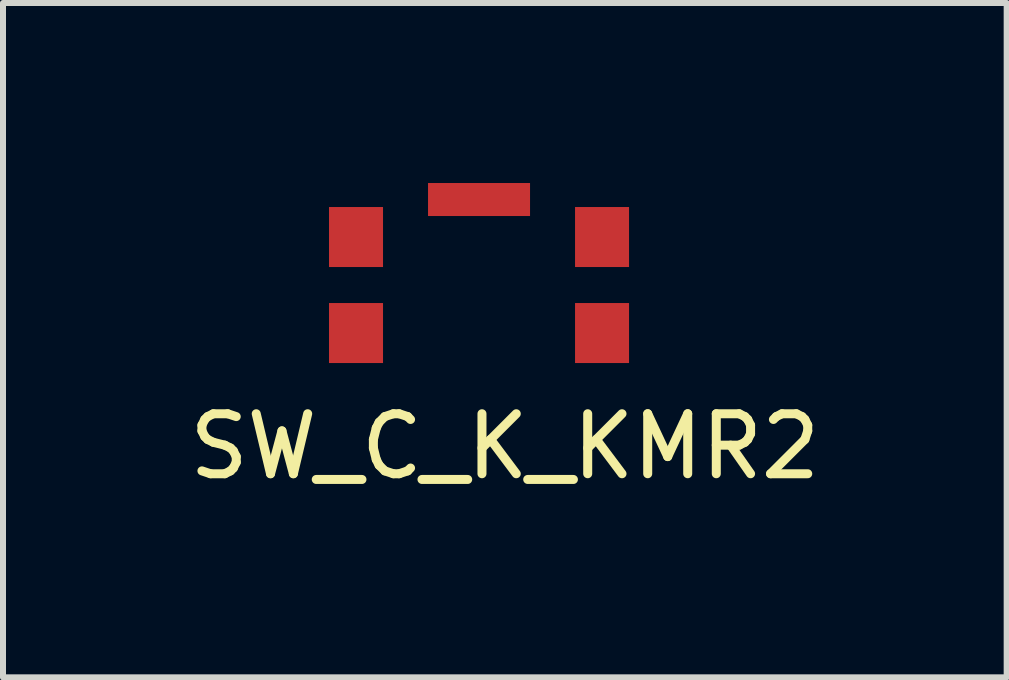
<source format=kicad_pcb>
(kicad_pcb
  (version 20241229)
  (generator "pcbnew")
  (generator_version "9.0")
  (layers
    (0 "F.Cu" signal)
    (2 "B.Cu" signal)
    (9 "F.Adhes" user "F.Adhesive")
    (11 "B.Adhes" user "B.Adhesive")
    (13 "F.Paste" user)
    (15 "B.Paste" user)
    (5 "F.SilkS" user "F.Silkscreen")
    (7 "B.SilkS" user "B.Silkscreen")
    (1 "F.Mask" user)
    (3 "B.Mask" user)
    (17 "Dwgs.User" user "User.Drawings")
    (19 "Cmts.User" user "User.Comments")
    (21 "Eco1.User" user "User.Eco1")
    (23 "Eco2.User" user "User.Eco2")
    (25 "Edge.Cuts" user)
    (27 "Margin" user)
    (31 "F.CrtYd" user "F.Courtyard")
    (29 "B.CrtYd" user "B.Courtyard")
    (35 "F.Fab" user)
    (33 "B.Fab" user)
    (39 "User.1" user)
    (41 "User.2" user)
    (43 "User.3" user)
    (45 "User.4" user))
  (footprint "SW_C_K_KMR2"
    (layer "F.Cu")
    (at 4.933 1.7)
    (property "Reference" "SW_C_K_KMR2" (at 0.43 2.69 0) (layer "F.SilkS") (effects (font (size 1 1) (thickness 0.15))))
    (attr through_hole)
    (pad "1" smd rect (at -2.05 -0.8) (size 0.9 1) (layers "F.Cu" "F.Mask" "F.Paste"))
    (pad "2" smd rect (at -2.05 0.8) (size 0.9 1) (layers "F.Cu" "F.Mask" "F.Paste"))
    (pad "3" smd rect (at 2.05 -0.8) (size 0.9 1) (layers "F.Cu" "F.Mask" "F.Paste"))
    (pad "4" smd rect (at 2.05 0.8) (size 0.9 1) (layers "F.Cu" "F.Mask" "F.Paste"))
    (pad "5" smd rect (at 0 -1.425) (size 1.7 0.55) (layers "F.Cu" "F.Mask" "F.Paste")))
  (gr_rect
    (start -3 -3)
    (end 13.726 8.238)
    (stroke (width 0.1) (type default))
    (fill no)
    (layer "Edge.Cuts")))
</source>
